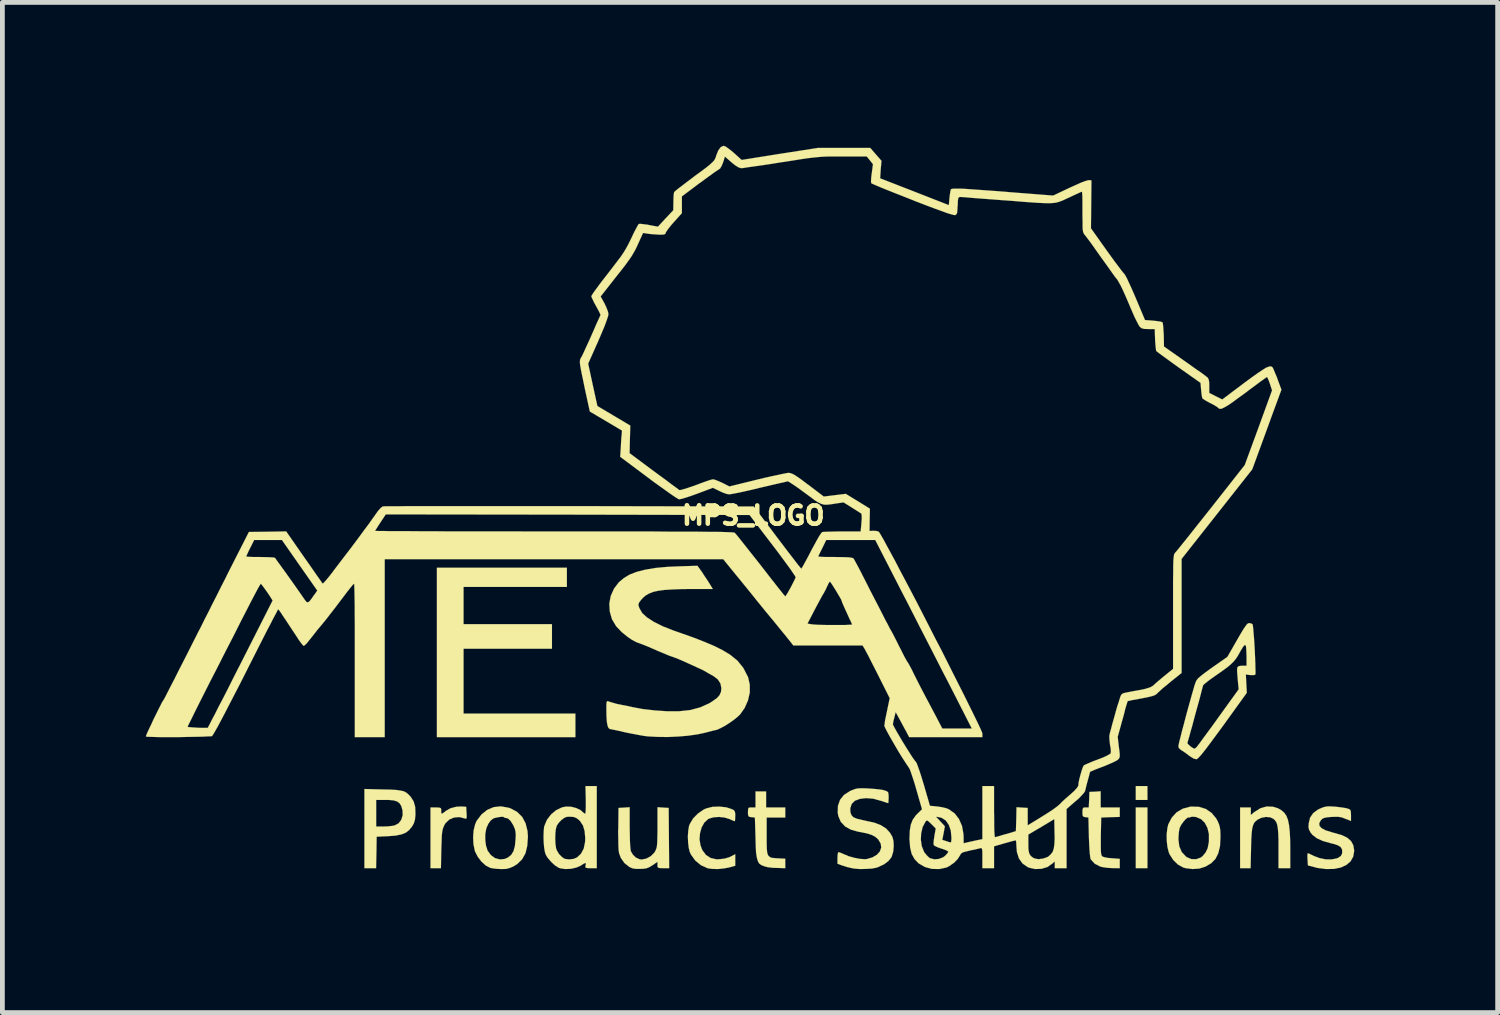
<source format=kicad_pcb>
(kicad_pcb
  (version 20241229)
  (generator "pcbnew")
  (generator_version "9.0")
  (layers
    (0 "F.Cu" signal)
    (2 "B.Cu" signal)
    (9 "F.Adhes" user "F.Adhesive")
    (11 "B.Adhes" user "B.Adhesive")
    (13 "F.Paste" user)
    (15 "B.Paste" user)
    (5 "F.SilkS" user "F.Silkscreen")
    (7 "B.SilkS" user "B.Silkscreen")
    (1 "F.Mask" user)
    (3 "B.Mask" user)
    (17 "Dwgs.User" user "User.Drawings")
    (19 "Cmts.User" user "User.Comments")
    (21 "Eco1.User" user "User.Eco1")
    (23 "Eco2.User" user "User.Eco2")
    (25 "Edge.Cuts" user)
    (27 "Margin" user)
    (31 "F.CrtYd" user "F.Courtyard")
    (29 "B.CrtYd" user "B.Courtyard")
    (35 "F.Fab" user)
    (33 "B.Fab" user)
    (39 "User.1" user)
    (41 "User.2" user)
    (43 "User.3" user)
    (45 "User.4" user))
  (footprint "MPS_LOGO"
    (layer "F.Cu")
    (at 12.704 7.73)
    (property "Reference" "MPS_LOGO" (at 0 0 0) (layer "F.SilkS") (effects (font (size 0.381 0.381) (thickness 0.127))))
    (attr through_hole)
    (fp_poly (pts (xy 8.242 5.949) (xy 7.998 5.949) (xy 7.998 5.659) (xy 8.242 5.659) (xy 8.242 5.949)) (stroke (width 0.003) (type solid)) (fill yes) (layer "F.SilkS"))
    (fp_poly (pts (xy 8.242 7.376) (xy 7.998 7.376) (xy 7.998 6.106) (xy 8.242 6.106) (xy 8.242 7.376)) (stroke (width 0.003) (type solid)) (fill yes) (layer "F.SilkS"))
    (fp_poly (pts (xy -3.721 4.636) (xy -6.617 4.636) (xy -6.617 1.092) (xy -3.899 1.092) (xy -3.899 1.494) (xy -6.06 1.494) (xy -6.06 2.273) (xy -4.211 2.273) (xy -4.211 2.786) (xy -6.06 2.786) (xy -6.06 4.143) (xy -3.721 4.143) (xy -3.721 4.636)) (stroke (width 0.003) (type solid)) (fill yes) (layer "F.SilkS"))
    (fp_poly (pts (xy -5.994 6.297) (xy -5.999 6.335) (xy -6.012 6.342) (xy -6.03 6.337) (xy -6.147 6.307) (xy -6.261 6.317) (xy -6.36 6.36) (xy -6.439 6.436) (xy -6.464 6.48) (xy -6.482 6.523) (xy -6.497 6.566) (xy -6.507 6.622) (xy -6.515 6.695) (xy -6.518 6.795) (xy -6.523 6.927) (xy -6.525 6.977) (xy -6.533 7.376) (xy -6.642 7.376) (xy -6.751 7.376) (xy -6.751 6.741) (xy -6.751 6.106) (xy -6.64 6.106) (xy -6.568 6.109) (xy -6.535 6.121) (xy -6.525 6.157) (xy -6.528 6.2) (xy -6.525 6.231) (xy -6.505 6.233) (xy -6.459 6.203) (xy -6.436 6.182) (xy -6.335 6.124) (xy -6.21 6.091) (xy -6.099 6.086) (xy -6.005 6.093) (xy -5.997 6.226) (xy -5.994 6.297)) (stroke (width 0.003) (type solid)) (fill yes) (layer "F.SilkS"))
    (fp_poly (pts (xy 11.229 7.376) (xy 11.107 7.376) (xy 10.983 7.376) (xy 10.983 6.949) (xy 10.983 6.782) (xy 10.978 6.65) (xy 10.97 6.551) (xy 10.958 6.477) (xy 10.94 6.421) (xy 10.914 6.38) (xy 10.879 6.345) (xy 10.81 6.312) (xy 10.721 6.304) (xy 10.625 6.322) (xy 10.546 6.36) (xy 10.505 6.393) (xy 10.472 6.431) (xy 10.45 6.482) (xy 10.432 6.551) (xy 10.422 6.645) (xy 10.414 6.772) (xy 10.409 6.934) (xy 10.409 6.957) (xy 10.399 7.376) (xy 10.29 7.376) (xy 10.18 7.376) (xy 10.18 6.741) (xy 10.18 6.106) (xy 10.292 6.106) (xy 10.404 6.106) (xy 10.404 6.185) (xy 10.404 6.264) (xy 10.477 6.203) (xy 10.602 6.124) (xy 10.734 6.086) (xy 10.869 6.091) (xy 10.973 6.124) (xy 11.044 6.165) (xy 11.102 6.215) (xy 11.148 6.281) (xy 11.181 6.368) (xy 11.204 6.48) (xy 11.219 6.622) (xy 11.227 6.797) (xy 11.229 6.98) (xy 11.229 7.376)) (stroke (width 0.003) (type solid)) (fill yes) (layer "F.SilkS"))
    (fp_poly (pts (xy -7.066 6.238) (xy -7.066 6.259) (xy -7.076 6.36) (xy -7.099 6.436) (xy -7.135 6.502) (xy -7.198 6.579) (xy -7.269 6.634) (xy -7.333 6.66) (xy -7.333 6.271) (xy -7.336 6.167) (xy -7.363 6.073) (xy -7.399 6.017) (xy -7.447 5.982) (xy -7.518 5.959) (xy -7.62 5.949) (xy -7.699 5.949) (xy -7.887 5.949) (xy -7.887 6.228) (xy -7.887 6.505) (xy -7.737 6.505) (xy -7.643 6.502) (xy -7.556 6.492) (xy -7.501 6.482) (xy -7.419 6.439) (xy -7.363 6.365) (xy -7.333 6.271) (xy -7.333 6.66) (xy -7.363 6.67) (xy -7.483 6.695) (xy -7.63 6.706) (xy -7.877 6.718) (xy -7.882 7.046) (xy -7.889 7.376) (xy -8.009 7.376) (xy -8.133 7.376) (xy -8.133 6.548) (xy -8.133 5.72) (xy -7.747 5.73) (xy -7.59 5.733) (xy -7.47 5.74) (xy -7.379 5.753) (xy -7.31 5.768) (xy -7.257 5.796) (xy -7.214 5.832) (xy -7.17 5.878) (xy -7.168 5.88) (xy -7.104 5.979) (xy -7.071 6.096) (xy -7.066 6.238)) (stroke (width 0.003) (type solid)) (fill yes) (layer "F.SilkS"))
    (fp_poly (pts (xy 0.668 7.376) (xy 0.518 7.371) (xy 0.427 7.369) (xy 0.343 7.361) (xy 0.292 7.353) (xy 0.221 7.333) (xy 0.165 7.31) (xy 0.122 7.277) (xy 0.094 7.226) (xy 0.074 7.155) (xy 0.058 7.059) (xy 0.051 6.929) (xy 0.046 6.761) (xy 0.046 6.741) (xy 0.033 6.317) (xy -0.038 6.309) (xy -0.084 6.302) (xy -0.104 6.284) (xy -0.112 6.238) (xy -0.112 6.203) (xy -0.109 6.142) (xy -0.099 6.114) (xy -0.066 6.106) (xy -0.033 6.106) (xy 0.046 6.106) (xy 0.046 5.939) (xy 0.046 5.771) (xy 0.155 5.771) (xy 0.267 5.771) (xy 0.267 5.939) (xy 0.267 6.106) (xy 0.467 6.106) (xy 0.668 6.106) (xy 0.668 6.21) (xy 0.668 6.317) (xy 0.472 6.317) (xy 0.279 6.317) (xy 0.279 6.701) (xy 0.279 6.853) (xy 0.282 6.967) (xy 0.29 7.051) (xy 0.307 7.104) (xy 0.338 7.137) (xy 0.378 7.158) (xy 0.439 7.165) (xy 0.513 7.17) (xy 0.668 7.178) (xy 0.668 7.277) (xy 0.668 7.376)) (stroke (width 0.003) (type solid)) (fill yes) (layer "F.SilkS"))
    (fp_poly (pts (xy 7.663 7.376) (xy 7.503 7.374) (xy 7.407 7.369) (xy 7.318 7.356) (xy 7.257 7.343) (xy 7.14 7.282) (xy 7.061 7.196) (xy 7.054 7.186) (xy 7.046 7.145) (xy 7.036 7.066) (xy 7.028 6.955) (xy 7.021 6.812) (xy 7.018 6.728) (xy 7.008 6.317) (xy 6.947 6.309) (xy 6.909 6.302) (xy 6.888 6.279) (xy 6.883 6.228) (xy 6.883 6.203) (xy 6.886 6.142) (xy 6.899 6.114) (xy 6.927 6.106) (xy 6.949 6.106) (xy 7.015 6.106) (xy 7.023 5.944) (xy 7.028 5.781) (xy 7.148 5.776) (xy 7.264 5.768) (xy 7.264 5.936) (xy 7.264 6.106) (xy 7.465 6.106) (xy 7.663 6.106) (xy 7.663 6.203) (xy 7.663 6.304) (xy 7.47 6.309) (xy 7.275 6.317) (xy 7.267 6.708) (xy 7.267 6.853) (xy 7.267 6.96) (xy 7.269 7.033) (xy 7.275 7.084) (xy 7.285 7.112) (xy 7.295 7.13) (xy 7.297 7.13) (xy 7.336 7.145) (xy 7.404 7.16) (xy 7.488 7.168) (xy 7.498 7.168) (xy 7.663 7.181) (xy 7.663 7.277) (xy 7.663 7.376)) (stroke (width 0.003) (type solid)) (fill yes) (layer "F.SilkS"))
    (fp_poly (pts (xy -1.76 7.376) (xy -1.885 7.376) (xy -1.953 7.374) (xy -1.989 7.366) (xy -2.004 7.346) (xy -2.004 7.308) (xy -2.004 7.242) (xy -2.106 7.313) (xy -2.172 7.353) (xy -2.235 7.379) (xy -2.311 7.389) (xy -2.357 7.391) (xy -2.456 7.391) (xy -2.527 7.379) (xy -2.588 7.353) (xy -2.695 7.269) (xy -2.771 7.16) (xy -2.807 7.064) (xy -2.817 7) (xy -2.822 6.899) (xy -2.824 6.764) (xy -2.827 6.604) (xy -2.824 6.54) (xy -2.819 6.116) (xy -2.703 6.109) (xy -2.586 6.101) (xy -2.586 6.52) (xy -2.583 6.66) (xy -2.581 6.787) (xy -2.576 6.896) (xy -2.568 6.975) (xy -2.563 7.018) (xy -2.522 7.089) (xy -2.459 7.153) (xy -2.383 7.188) (xy -2.337 7.196) (xy -2.238 7.176) (xy -2.144 7.125) (xy -2.07 7.051) (xy -2.052 7.021) (xy -2.035 6.985) (xy -2.022 6.947) (xy -2.014 6.896) (xy -2.009 6.83) (xy -2.007 6.739) (xy -2.004 6.614) (xy -2.004 6.518) (xy -2.004 6.101) (xy -1.887 6.109) (xy -1.77 6.116) (xy -1.765 6.746) (xy -1.76 7.376)) (stroke (width 0.003) (type solid)) (fill yes) (layer "F.SilkS"))
    (fp_poly (pts (xy -0.378 7.325) (xy -0.508 7.361) (xy -0.617 7.381) (xy -0.739 7.394) (xy -0.856 7.391) (xy -0.95 7.379) (xy -0.958 7.376) (xy -1.097 7.313) (xy -1.214 7.216) (xy -1.303 7.092) (xy -1.331 7.033) (xy -1.351 6.947) (xy -1.364 6.835) (xy -1.369 6.713) (xy -1.361 6.596) (xy -1.346 6.5) (xy -1.331 6.457) (xy -1.26 6.337) (xy -1.156 6.231) (xy -1.036 6.149) (xy -0.983 6.126) (xy -0.853 6.093) (xy -0.709 6.088) (xy -0.564 6.104) (xy -0.462 6.137) (xy -0.411 6.16) (xy -0.389 6.187) (xy -0.378 6.233) (xy -0.378 6.284) (xy -0.381 6.347) (xy -0.384 6.388) (xy -0.389 6.393) (xy -0.411 6.386) (xy -0.462 6.365) (xy -0.493 6.35) (xy -0.599 6.317) (xy -0.716 6.304) (xy -0.833 6.312) (xy -0.927 6.34) (xy -0.947 6.35) (xy -1.026 6.424) (xy -1.082 6.525) (xy -1.115 6.645) (xy -1.125 6.772) (xy -1.105 6.899) (xy -1.067 6.998) (xy -0.991 7.099) (xy -0.892 7.163) (xy -0.77 7.191) (xy -0.701 7.188) (xy -0.602 7.176) (xy -0.505 7.148) (xy -0.472 7.132) (xy -0.378 7.084) (xy -0.378 7.203) (xy -0.378 7.325)) (stroke (width 0.003) (type solid)) (fill yes) (layer "F.SilkS"))
    (fp_poly (pts (xy 9.769 6.741) (xy 9.759 6.919) (xy 9.723 7.064) (xy 9.665 7.181) (xy 9.576 7.272) (xy 9.528 7.3) (xy 9.528 6.81) (xy 9.528 6.662) (xy 9.497 6.533) (xy 9.441 6.426) (xy 9.362 6.35) (xy 9.263 6.307) (xy 9.246 6.304) (xy 9.185 6.299) (xy 9.149 6.304) (xy 9.144 6.309) (xy 9.119 6.317) (xy 9.108 6.314) (xy 9.081 6.32) (xy 9.037 6.355) (xy 8.992 6.408) (xy 8.948 6.469) (xy 8.918 6.528) (xy 8.913 6.546) (xy 8.9 6.614) (xy 8.893 6.703) (xy 8.89 6.774) (xy 8.908 6.919) (xy 8.959 7.038) (xy 9.045 7.13) (xy 9.068 7.148) (xy 9.162 7.186) (xy 9.261 7.188) (xy 9.355 7.155) (xy 9.393 7.127) (xy 9.459 7.048) (xy 9.502 6.957) (xy 9.525 6.838) (xy 9.528 6.81) (xy 9.528 7.3) (xy 9.456 7.343) (xy 9.327 7.384) (xy 9.185 7.394) (xy 9.042 7.376) (xy 8.989 7.361) (xy 8.88 7.3) (xy 8.783 7.206) (xy 8.707 7.089) (xy 8.689 7.046) (xy 8.661 6.937) (xy 8.646 6.805) (xy 8.644 6.668) (xy 8.659 6.54) (xy 8.677 6.462) (xy 8.75 6.32) (xy 8.852 6.208) (xy 8.981 6.132) (xy 9.134 6.091) (xy 9.159 6.088) (xy 9.317 6.093) (xy 9.461 6.137) (xy 9.581 6.218) (xy 9.677 6.332) (xy 9.71 6.391) (xy 9.738 6.457) (xy 9.756 6.52) (xy 9.766 6.591) (xy 9.769 6.685) (xy 9.769 6.741)) (stroke (width 0.003) (type solid)) (fill yes) (layer "F.SilkS"))
    (fp_poly (pts (xy -4.714 6.718) (xy -4.727 6.906) (xy -4.765 7.064) (xy -4.836 7.191) (xy -4.938 7.29) (xy -4.968 7.308) (xy -4.968 6.683) (xy -4.973 6.614) (xy -4.986 6.556) (xy -5.014 6.492) (xy -5.022 6.474) (xy -5.077 6.386) (xy -5.133 6.335) (xy -5.192 6.322) (xy -5.197 6.322) (xy -5.215 6.312) (xy -5.215 6.309) (xy -5.232 6.302) (xy -5.281 6.302) (xy -5.342 6.312) (xy -5.403 6.325) (xy -5.438 6.337) (xy -5.489 6.375) (xy -5.54 6.444) (xy -5.578 6.528) (xy -5.588 6.561) (xy -5.606 6.665) (xy -5.606 6.787) (xy -5.591 6.904) (xy -5.56 7) (xy -5.558 7.008) (xy -5.489 7.102) (xy -5.403 7.165) (xy -5.301 7.193) (xy -5.199 7.183) (xy -5.131 7.153) (xy -5.062 7.097) (xy -5.016 7.021) (xy -4.986 6.914) (xy -4.973 6.779) (xy -4.968 6.683) (xy -4.968 7.308) (xy -5.011 7.336) (xy -5.093 7.371) (xy -5.166 7.391) (xy -5.258 7.394) (xy -5.278 7.394) (xy -5.37 7.389) (xy -5.453 7.379) (xy -5.502 7.369) (xy -5.596 7.32) (xy -5.685 7.239) (xy -5.763 7.137) (xy -5.819 7.028) (xy -5.824 7.01) (xy -5.852 6.878) (xy -5.86 6.734) (xy -5.85 6.591) (xy -5.819 6.464) (xy -5.789 6.391) (xy -5.685 6.253) (xy -5.565 6.157) (xy -5.428 6.099) (xy -5.281 6.083) (xy -5.121 6.111) (xy -5.075 6.126) (xy -4.938 6.2) (xy -4.834 6.304) (xy -4.763 6.436) (xy -4.722 6.601) (xy -4.714 6.718)) (stroke (width 0.003) (type solid)) (fill yes) (layer "F.SilkS"))
    (fp_poly (pts (xy 12.565 7.018) (xy 12.545 7.135) (xy 12.489 7.234) (xy 12.4 7.31) (xy 12.283 7.363) (xy 12.141 7.391) (xy 11.979 7.394) (xy 11.798 7.371) (xy 11.742 7.356) (xy 11.598 7.318) (xy 11.59 7.191) (xy 11.587 7.122) (xy 11.59 7.076) (xy 11.595 7.064) (xy 11.62 7.071) (xy 11.674 7.097) (xy 11.725 7.122) (xy 11.841 7.165) (xy 11.966 7.191) (xy 12.09 7.193) (xy 12.195 7.173) (xy 12.23 7.16) (xy 12.286 7.122) (xy 12.311 7.074) (xy 12.316 7.043) (xy 12.311 6.982) (xy 12.283 6.934) (xy 12.222 6.896) (xy 12.126 6.866) (xy 12.073 6.853) (xy 11.91 6.807) (xy 11.783 6.749) (xy 11.694 6.68) (xy 11.656 6.634) (xy 11.623 6.574) (xy 11.61 6.518) (xy 11.615 6.441) (xy 11.615 6.439) (xy 11.643 6.32) (xy 11.707 6.226) (xy 11.806 6.152) (xy 11.847 6.132) (xy 11.915 6.104) (xy 11.974 6.088) (xy 12.042 6.083) (xy 12.134 6.088) (xy 12.149 6.088) (xy 12.248 6.099) (xy 12.339 6.111) (xy 12.408 6.124) (xy 12.416 6.126) (xy 12.464 6.142) (xy 12.489 6.165) (xy 12.497 6.203) (xy 12.499 6.271) (xy 12.499 6.388) (xy 12.38 6.342) (xy 12.306 6.314) (xy 12.238 6.302) (xy 12.154 6.302) (xy 12.088 6.304) (xy 11.996 6.312) (xy 11.938 6.325) (xy 11.9 6.342) (xy 11.872 6.368) (xy 11.836 6.431) (xy 11.839 6.49) (xy 11.882 6.538) (xy 11.966 6.584) (xy 12.093 6.624) (xy 12.151 6.64) (xy 12.309 6.685) (xy 12.423 6.741) (xy 12.502 6.812) (xy 12.548 6.899) (xy 12.565 7.003) (xy 12.565 7.018)) (stroke (width 0.003) (type solid)) (fill yes) (layer "F.SilkS"))
    (fp_poly (pts (xy -3.274 7.376) (xy -3.399 7.376) (xy -3.467 7.374) (xy -3.503 7.366) (xy -3.513 7.351) (xy -3.508 7.318) (xy -3.5 7.28) (xy -3.51 7.267) (xy -3.515 7.269) (xy -3.515 6.744) (xy -3.528 6.599) (xy -3.561 6.487) (xy -3.622 6.393) (xy -3.65 6.365) (xy -3.703 6.325) (xy -3.762 6.304) (xy -3.846 6.299) (xy -3.901 6.302) (xy -3.952 6.322) (xy -4.013 6.368) (xy -4.072 6.429) (xy -4.11 6.487) (xy -4.13 6.556) (xy -4.14 6.652) (xy -4.143 6.761) (xy -4.138 6.868) (xy -4.125 6.96) (xy -4.112 6.998) (xy -4.067 7.076) (xy -4.003 7.142) (xy -3.945 7.181) (xy -3.853 7.193) (xy -3.754 7.181) (xy -3.686 7.15) (xy -3.604 7.074) (xy -3.546 6.965) (xy -3.518 6.825) (xy -3.515 6.744) (xy -3.515 7.269) (xy -3.543 7.28) (xy -3.604 7.318) (xy -3.609 7.323) (xy -3.701 7.363) (xy -3.815 7.389) (xy -3.932 7.394) (xy -4.036 7.379) (xy -4.072 7.366) (xy -4.148 7.318) (xy -4.227 7.244) (xy -4.3 7.16) (xy -4.338 7.099) (xy -4.359 7.038) (xy -4.374 6.947) (xy -4.384 6.835) (xy -4.387 6.718) (xy -4.384 6.609) (xy -4.376 6.518) (xy -4.369 6.492) (xy -4.315 6.363) (xy -4.229 6.251) (xy -4.122 6.162) (xy -4 6.104) (xy -3.919 6.088) (xy -3.81 6.091) (xy -3.703 6.119) (xy -3.612 6.162) (xy -3.576 6.195) (xy -3.538 6.228) (xy -3.515 6.238) (xy -3.51 6.218) (xy -3.505 6.16) (xy -3.503 6.076) (xy -3.503 5.969) (xy -3.503 5.949) (xy -3.51 5.659) (xy -3.393 5.659) (xy -3.274 5.659) (xy -3.274 6.518) (xy -3.274 7.376)) (stroke (width 0.003) (type solid)) (fill yes) (layer "F.SilkS"))
    (fp_poly (pts (xy 2.936 6.916) (xy 2.926 7.028) (xy 2.896 7.127) (xy 2.888 7.148) (xy 2.827 7.224) (xy 2.733 7.295) (xy 2.614 7.351) (xy 2.573 7.366) (xy 2.479 7.384) (xy 2.36 7.391) (xy 2.23 7.394) (xy 2.108 7.384) (xy 2.04 7.371) (xy 1.958 7.351) (xy 1.872 7.323) (xy 1.854 7.318) (xy 1.76 7.282) (xy 1.76 7.16) (xy 1.763 7.092) (xy 1.773 7.048) (xy 1.783 7.041) (xy 1.816 7.051) (xy 1.872 7.074) (xy 1.89 7.082) (xy 1.991 7.125) (xy 2.108 7.158) (xy 2.225 7.181) (xy 2.327 7.188) (xy 2.37 7.186) (xy 2.492 7.15) (xy 2.586 7.094) (xy 2.647 7.026) (xy 2.675 6.944) (xy 2.664 6.861) (xy 2.614 6.777) (xy 2.598 6.761) (xy 2.545 6.716) (xy 2.474 6.68) (xy 2.383 6.65) (xy 2.258 6.624) (xy 2.197 6.614) (xy 2.042 6.571) (xy 1.918 6.502) (xy 1.829 6.406) (xy 1.778 6.287) (xy 1.765 6.215) (xy 1.77 6.071) (xy 1.814 5.946) (xy 1.895 5.845) (xy 2.017 5.766) (xy 2.032 5.758) (xy 2.095 5.733) (xy 2.146 5.715) (xy 2.202 5.707) (xy 2.273 5.705) (xy 2.37 5.707) (xy 2.416 5.71) (xy 2.525 5.718) (xy 2.626 5.728) (xy 2.708 5.74) (xy 2.746 5.751) (xy 2.794 5.768) (xy 2.819 5.791) (xy 2.827 5.829) (xy 2.83 5.895) (xy 2.827 5.961) (xy 2.824 6.007) (xy 2.822 6.015) (xy 2.799 6.01) (xy 2.746 5.992) (xy 2.687 5.972) (xy 2.51 5.923) (xy 2.357 5.911) (xy 2.23 5.926) (xy 2.123 5.966) (xy 2.057 6.032) (xy 2.029 6.119) (xy 2.027 6.142) (xy 2.032 6.215) (xy 2.055 6.271) (xy 2.095 6.312) (xy 2.167 6.342) (xy 2.273 6.368) (xy 2.355 6.386) (xy 2.53 6.424) (xy 2.667 6.477) (xy 2.776 6.546) (xy 2.857 6.634) (xy 2.908 6.721) (xy 2.931 6.807) (xy 2.936 6.916)) (stroke (width 0.003) (type solid)) (fill yes) (layer "F.SilkS"))
    (fp_poly (pts (xy 10.503 3.279) (xy 10.5 3.322) (xy 10.498 3.327) (xy 10.472 3.338) (xy 10.417 3.338) (xy 10.394 3.338) (xy 10.315 3.327) (xy 10.315 3.142) (xy 10.315 2.946) (xy 10.31 2.824) (xy 10.305 2.748) (xy 10.292 2.71) (xy 10.269 2.713) (xy 10.236 2.756) (xy 10.188 2.835) (xy 10.173 2.863) (xy 10.13 2.939) (xy 10.089 3) (xy 10.046 3.053) (xy 9.992 3.106) (xy 9.924 3.165) (xy 9.832 3.233) (xy 9.716 3.315) (xy 9.629 3.376) (xy 9.543 3.437) (xy 9.472 3.493) (xy 9.423 3.533) (xy 9.403 3.559) (xy 9.398 3.584) (xy 9.38 3.647) (xy 9.357 3.739) (xy 9.327 3.853) (xy 9.291 3.983) (xy 9.253 4.12) (xy 9.215 4.26) (xy 9.18 4.394) (xy 9.144 4.519) (xy 9.116 4.623) (xy 9.093 4.702) (xy 9.081 4.747) (xy 9.075 4.755) (xy 9.088 4.778) (xy 9.124 4.813) (xy 9.169 4.849) (xy 9.213 4.874) (xy 9.225 4.877) (xy 9.248 4.864) (xy 9.276 4.839) (xy 9.296 4.811) (xy 9.342 4.752) (xy 9.403 4.666) (xy 9.482 4.559) (xy 9.576 4.432) (xy 9.675 4.295) (xy 9.731 4.216) (xy 10.15 3.635) (xy 10.13 3.424) (xy 10.122 3.327) (xy 10.117 3.246) (xy 10.119 3.193) (xy 10.122 3.178) (xy 10.152 3.15) (xy 10.218 3.142) (xy 10.226 3.142) (xy 10.315 3.142) (xy 10.315 3.327) (xy 10.3 3.325) (xy 10.31 3.518) (xy 10.32 3.708) (xy 9.82 4.402) (xy 9.685 4.585) (xy 9.573 4.737) (xy 9.484 4.856) (xy 9.411 4.95) (xy 9.357 5.016) (xy 9.314 5.062) (xy 9.286 5.088) (xy 9.266 5.098) (xy 9.207 5.083) (xy 9.129 5.034) (xy 9.101 5.014) (xy 9.035 4.963) (xy 8.974 4.923) (xy 8.941 4.902) (xy 8.898 4.862) (xy 8.89 4.826) (xy 8.895 4.793) (xy 8.91 4.724) (xy 8.936 4.625) (xy 8.966 4.503) (xy 9.004 4.364) (xy 9.042 4.216) (xy 9.083 4.064) (xy 9.124 3.917) (xy 9.162 3.78) (xy 9.197 3.658) (xy 9.225 3.561) (xy 9.248 3.493) (xy 9.253 3.48) (xy 9.271 3.444) (xy 9.301 3.406) (xy 9.355 3.36) (xy 9.434 3.297) (xy 9.543 3.218) (xy 9.596 3.18) (xy 9.914 2.957) (xy 10.117 2.603) (xy 10.19 2.477) (xy 10.246 2.383) (xy 10.29 2.319) (xy 10.32 2.278) (xy 10.345 2.258) (xy 10.368 2.25) (xy 10.371 2.25) (xy 10.419 2.261) (xy 10.442 2.278) (xy 10.447 2.306) (xy 10.455 2.372) (xy 10.462 2.469) (xy 10.472 2.583) (xy 10.48 2.713) (xy 10.488 2.845) (xy 10.493 2.977) (xy 10.498 3.099) (xy 10.5 3.2) (xy 10.503 3.279)) (stroke (width 0.003) (type solid)) (fill yes) (layer "F.SilkS"))
    (fp_poly (pts (xy -0.074 3.538) (xy -0.074 3.703) (xy -0.112 3.868) (xy -0.18 4.023) (xy -0.277 4.161) (xy -0.33 4.211) (xy -0.409 4.275) (xy -0.503 4.341) (xy -0.599 4.402) (xy -0.691 4.45) (xy -0.759 4.481) (xy -0.78 4.486) (xy -0.828 4.496) (xy -0.904 4.516) (xy -0.993 4.539) (xy -1.003 4.542) (xy -1.166 4.577) (xy -1.361 4.605) (xy -1.575 4.623) (xy -1.793 4.633) (xy -2.007 4.63) (xy -2.2 4.62) (xy -2.283 4.61) (xy -2.36 4.597) (xy -2.466 4.577) (xy -2.586 4.554) (xy -2.685 4.534) (xy -2.791 4.508) (xy -2.888 4.488) (xy -2.959 4.473) (xy -3 4.465) (xy -3.028 4.445) (xy -3.048 4.397) (xy -3.063 4.315) (xy -3.071 4.196) (xy -3.073 4.046) (xy -3.073 3.957) (xy -3.068 3.907) (xy -3.058 3.884) (xy -3.043 3.884) (xy -2.99 3.901) (xy -2.913 3.924) (xy -2.837 3.945) (xy -2.779 3.955) (xy -2.774 3.957) (xy -2.733 3.965) (xy -2.662 3.978) (xy -2.57 3.998) (xy -2.527 4.008) (xy -2.306 4.049) (xy -2.06 4.077) (xy -1.811 4.094) (xy -1.58 4.094) (xy -1.549 4.094) (xy -1.318 4.069) (xy -1.11 4.013) (xy -0.919 3.927) (xy -0.856 3.886) (xy -0.762 3.82) (xy -0.706 3.757) (xy -0.676 3.688) (xy -0.668 3.609) (xy -0.688 3.513) (xy -0.744 3.426) (xy -0.841 3.353) (xy -0.884 3.33) (xy -0.94 3.299) (xy -0.975 3.279) (xy -0.98 3.274) (xy -1.008 3.259) (xy -1.069 3.226) (xy -1.153 3.188) (xy -1.252 3.142) (xy -1.359 3.094) (xy -1.466 3.045) (xy -1.56 3.005) (xy -1.638 2.974) (xy -1.681 2.959) (xy -1.76 2.931) (xy -1.862 2.888) (xy -1.974 2.842) (xy -2.027 2.819) (xy -2.129 2.774) (xy -2.23 2.731) (xy -2.316 2.697) (xy -2.349 2.685) (xy -2.446 2.649) (xy -2.537 2.601) (xy -2.634 2.535) (xy -2.746 2.443) (xy -2.748 2.443) (xy -2.87 2.314) (xy -2.957 2.167) (xy -3.002 2.009) (xy -3.012 1.847) (xy -2.982 1.684) (xy -2.913 1.529) (xy -2.812 1.397) (xy -2.71 1.311) (xy -2.588 1.237) (xy -2.438 1.179) (xy -2.258 1.133) (xy -2.042 1.097) (xy -1.791 1.074) (xy -1.504 1.062) (xy -1.168 1.052) (xy -1.079 1.176) (xy -1.021 1.265) (xy -0.958 1.359) (xy -0.919 1.42) (xy -0.848 1.537) (xy -1.265 1.537) (xy -1.501 1.539) (xy -1.697 1.547) (xy -1.859 1.557) (xy -1.991 1.575) (xy -2.095 1.598) (xy -2.182 1.633) (xy -2.253 1.674) (xy -2.311 1.725) (xy -2.347 1.765) (xy -2.388 1.819) (xy -2.403 1.857) (xy -2.398 1.897) (xy -2.38 1.943) (xy -2.324 2.04) (xy -2.225 2.131) (xy -2.08 2.225) (xy -1.892 2.319) (xy -1.659 2.41) (xy -1.483 2.471) (xy -1.247 2.555) (xy -1.024 2.642) (xy -0.82 2.728) (xy -0.648 2.814) (xy -0.511 2.896) (xy -0.49 2.908) (xy -0.33 3.038) (xy -0.208 3.19) (xy -0.117 3.368) (xy -0.109 3.383) (xy -0.074 3.538)) (stroke (width 0.003) (type solid)) (fill yes) (layer "F.SilkS"))
    (fp_poly (pts (xy 11.044 -2.631) (xy 10.848 -2.098) (xy 10.848 -2.616) (xy 10.803 -2.756) (xy 10.777 -2.827) (xy 10.754 -2.878) (xy 10.742 -2.896) (xy 10.721 -2.883) (xy 10.671 -2.847) (xy 10.592 -2.791) (xy 10.495 -2.718) (xy 10.381 -2.634) (xy 10.284 -2.56) (xy 10.13 -2.449) (xy 10.01 -2.36) (xy 9.914 -2.296) (xy 9.842 -2.256) (xy 9.792 -2.233) (xy 9.756 -2.23) (xy 9.733 -2.24) (xy 9.723 -2.25) (xy 9.698 -2.271) (xy 9.644 -2.304) (xy 9.571 -2.344) (xy 9.558 -2.349) (xy 9.482 -2.39) (xy 9.423 -2.426) (xy 9.393 -2.449) (xy 9.39 -2.451) (xy 9.383 -2.482) (xy 9.373 -2.545) (xy 9.365 -2.624) (xy 9.352 -2.774) (xy 8.895 -3.096) (xy 8.771 -3.185) (xy 8.656 -3.269) (xy 8.56 -3.338) (xy 8.486 -3.393) (xy 8.44 -3.429) (xy 8.425 -3.442) (xy 8.42 -3.472) (xy 8.412 -3.538) (xy 8.405 -3.625) (xy 8.402 -3.68) (xy 8.395 -3.899) (xy 8.263 -3.899) (xy 8.179 -3.901) (xy 8.125 -3.914) (xy 8.085 -3.942) (xy 8.08 -3.95) (xy 8.057 -3.985) (xy 8.021 -4.054) (xy 7.973 -4.15) (xy 7.922 -4.267) (xy 7.866 -4.397) (xy 7.856 -4.422) (xy 7.795 -4.564) (xy 7.737 -4.694) (xy 7.684 -4.806) (xy 7.638 -4.887) (xy 7.61 -4.935) (xy 7.574 -4.978) (xy 7.518 -5.055) (xy 7.45 -5.151) (xy 7.369 -5.265) (xy 7.282 -5.385) (xy 7.262 -5.413) (xy 7.178 -5.532) (xy 7.099 -5.644) (xy 7.031 -5.738) (xy 6.977 -5.809) (xy 6.942 -5.855) (xy 6.937 -5.86) (xy 6.919 -5.883) (xy 6.906 -5.905) (xy 6.896 -5.936) (xy 6.888 -5.984) (xy 6.886 -6.053) (xy 6.886 -6.149) (xy 6.883 -6.281) (xy 6.883 -6.345) (xy 6.883 -6.477) (xy 6.883 -6.594) (xy 6.881 -6.685) (xy 6.876 -6.749) (xy 6.873 -6.772) (xy 6.85 -6.764) (xy 6.795 -6.739) (xy 6.716 -6.703) (xy 6.619 -6.657) (xy 6.604 -6.65) (xy 6.535 -6.619) (xy 6.477 -6.591) (xy 6.424 -6.571) (xy 6.373 -6.553) (xy 6.314 -6.54) (xy 6.248 -6.533) (xy 6.17 -6.53) (xy 6.073 -6.533) (xy 5.956 -6.538) (xy 5.809 -6.548) (xy 5.631 -6.561) (xy 5.42 -6.579) (xy 5.202 -6.594) (xy 5.011 -6.609) (xy 4.834 -6.622) (xy 4.674 -6.634) (xy 4.536 -6.645) (xy 4.43 -6.655) (xy 4.356 -6.66) (xy 4.318 -6.66) (xy 4.298 -6.655) (xy 4.285 -6.632) (xy 4.277 -6.579) (xy 4.275 -6.492) (xy 4.272 -6.48) (xy 4.267 -6.388) (xy 4.262 -6.332) (xy 4.249 -6.302) (xy 4.227 -6.284) (xy 4.221 -6.281) (xy 4.194 -6.284) (xy 4.143 -6.297) (xy 4.059 -6.322) (xy 3.947 -6.363) (xy 3.8 -6.416) (xy 3.617 -6.485) (xy 3.393 -6.571) (xy 3.332 -6.596) (xy 3.15 -6.668) (xy 2.977 -6.736) (xy 2.824 -6.797) (xy 2.692 -6.85) (xy 2.588 -6.894) (xy 2.512 -6.927) (xy 2.474 -6.944) (xy 2.469 -6.947) (xy 2.461 -6.977) (xy 2.464 -7.046) (xy 2.474 -7.14) (xy 2.477 -7.155) (xy 2.502 -7.346) (xy 2.438 -7.427) (xy 2.372 -7.508) (xy 1.864 -7.508) (xy 1.727 -7.508) (xy 1.613 -7.508) (xy 1.516 -7.506) (xy 1.422 -7.501) (xy 1.333 -7.493) (xy 1.234 -7.483) (xy 1.125 -7.47) (xy 0.993 -7.45) (xy 0.831 -7.424) (xy 0.638 -7.394) (xy 0.579 -7.386) (xy 0.396 -7.356) (xy 0.226 -7.33) (xy 0.071 -7.308) (xy -0.058 -7.29) (xy -0.16 -7.275) (xy -0.229 -7.264) (xy -0.257 -7.264) (xy -0.31 -7.28) (xy -0.386 -7.328) (xy -0.455 -7.384) (xy -0.594 -7.506) (xy -0.632 -7.384) (xy -0.663 -7.31) (xy -0.693 -7.259) (xy -0.711 -7.244) (xy -0.739 -7.226) (xy -0.798 -7.188) (xy -0.881 -7.127) (xy -0.98 -7.056) (xy -1.092 -6.972) (xy -1.123 -6.952) (xy -1.494 -6.673) (xy -1.494 -6.497) (xy -1.494 -6.322) (xy -1.659 -6.139) (xy -1.725 -6.063) (xy -1.781 -5.992) (xy -1.819 -5.939) (xy -1.831 -5.916) (xy -1.841 -5.888) (xy -1.875 -5.875) (xy -1.935 -5.872) (xy -1.951 -5.872) (xy -2.042 -5.878) (xy -2.144 -5.885) (xy -2.184 -5.89) (xy -2.306 -5.908) (xy -2.416 -5.667) (xy -2.456 -5.58) (xy -2.499 -5.502) (xy -2.545 -5.423) (xy -2.603 -5.339) (xy -2.677 -5.237) (xy -2.771 -5.116) (xy -2.86 -5.004) (xy -3.193 -4.58) (xy -3.111 -4.432) (xy -3.068 -4.338) (xy -3.038 -4.257) (xy -3.03 -4.206) (xy -3.04 -4.161) (xy -3.068 -4.077) (xy -3.111 -3.96) (xy -3.172 -3.815) (xy -3.241 -3.653) (xy -3.454 -3.175) (xy -3.358 -2.731) (xy -3.261 -2.289) (xy -2.918 -2.085) (xy -2.573 -1.88) (xy -2.581 -1.593) (xy -2.588 -1.303) (xy -2.08 -0.925) (xy -1.948 -0.828) (xy -1.826 -0.739) (xy -1.722 -0.66) (xy -1.636 -0.597) (xy -1.577 -0.554) (xy -1.549 -0.531) (xy -1.547 -0.531) (xy -1.519 -0.533) (xy -1.458 -0.549) (xy -1.369 -0.577) (xy -1.265 -0.612) (xy -1.201 -0.635) (xy -1.087 -0.678) (xy -0.986 -0.714) (xy -0.904 -0.742) (xy -0.853 -0.754) (xy -0.841 -0.757) (xy -0.803 -0.747) (xy -0.737 -0.721) (xy -0.66 -0.688) (xy -0.65 -0.683) (xy -0.5 -0.607) (xy 0.079 -0.749) (xy 0.236 -0.787) (xy 0.384 -0.82) (xy 0.516 -0.848) (xy 0.622 -0.871) (xy 0.699 -0.886) (xy 0.737 -0.892) (xy 0.772 -0.886) (xy 0.81 -0.874) (xy 0.861 -0.848) (xy 0.927 -0.805) (xy 1.016 -0.742) (xy 1.133 -0.653) (xy 1.146 -0.645) (xy 1.473 -0.396) (xy 1.704 -0.424) (xy 1.933 -0.452) (xy 2.187 -0.297) (xy 2.438 -0.142) (xy 2.433 0.091) (xy 2.431 0.325) (xy 2.499 0.32) (xy 2.565 0.323) (xy 2.616 0.335) (xy 2.637 0.358) (xy 2.672 0.417) (xy 2.725 0.508) (xy 2.791 0.632) (xy 2.873 0.782) (xy 2.967 0.955) (xy 3.068 1.151) (xy 3.18 1.361) (xy 3.299 1.587) (xy 3.424 1.826) (xy 3.551 2.073) (xy 3.678 2.322) (xy 3.807 2.576) (xy 3.937 2.824) (xy 4.061 3.071) (xy 4.181 3.31) (xy 4.295 3.536) (xy 4.402 3.747) (xy 4.498 3.942) (xy 4.585 4.117) (xy 4.658 4.267) (xy 4.717 4.389) (xy 4.76 4.483) (xy 4.785 4.542) (xy 4.79 4.562) (xy 4.79 4.636) (xy 4.569 4.636) (xy 4.569 4.455) (xy 4.163 3.658) (xy 4.072 3.48) (xy 3.962 3.269) (xy 3.843 3.035) (xy 3.713 2.781) (xy 3.579 2.52) (xy 3.442 2.253) (xy 3.31 1.994) (xy 3.183 1.745) (xy 3.152 1.687) (xy 2.55 0.513) (xy 2.037 0.513) (xy 1.524 0.513) (xy 1.443 0.681) (xy 1.405 0.757) (xy 1.374 0.82) (xy 1.359 0.853) (xy 1.359 0.859) (xy 1.379 0.861) (xy 1.438 0.866) (xy 1.527 0.869) (xy 1.636 0.869) (xy 1.714 0.869) (xy 1.864 0.871) (xy 1.971 0.874) (xy 2.045 0.881) (xy 2.083 0.892) (xy 2.093 0.897) (xy 2.111 0.925) (xy 2.144 0.986) (xy 2.192 1.074) (xy 2.248 1.181) (xy 2.311 1.306) (xy 2.327 1.336) (xy 2.446 1.572) (xy 2.55 1.773) (xy 2.637 1.941) (xy 2.708 2.08) (xy 2.766 2.195) (xy 2.817 2.289) (xy 2.855 2.365) (xy 2.891 2.426) (xy 2.934 2.507) (xy 2.987 2.611) (xy 3.045 2.728) (xy 3.091 2.817) (xy 3.139 2.913) (xy 3.18 2.992) (xy 3.213 3.048) (xy 3.228 3.073) (xy 3.231 3.073) (xy 3.246 3.099) (xy 3.277 3.155) (xy 3.317 3.231) (xy 3.36 3.32) (xy 3.419 3.437) (xy 3.482 3.561) (xy 3.541 3.675) (xy 3.571 3.731) (xy 3.619 3.823) (xy 3.68 3.937) (xy 3.747 4.064) (xy 3.81 4.183) (xy 3.952 4.455) (xy 4.262 4.455) (xy 4.569 4.455) (xy 4.569 4.636) (xy 4.026 4.636) (xy 3.259 4.636) (xy 3.198 4.519) (xy 3.152 4.435) (xy 3.099 4.336) (xy 3.056 4.257) (xy 2.977 4.112) (xy 2.949 4.224) (xy 2.931 4.293) (xy 2.921 4.351) (xy 2.918 4.369) (xy 2.931 4.397) (xy 2.962 4.455) (xy 3.007 4.536) (xy 3.066 4.636) (xy 3.129 4.742) (xy 3.195 4.849) (xy 3.259 4.95) (xy 3.317 5.042) (xy 3.363 5.108) (xy 3.396 5.151) (xy 3.404 5.159) (xy 3.419 5.187) (xy 3.442 5.25) (xy 3.475 5.342) (xy 3.513 5.458) (xy 3.553 5.591) (xy 3.564 5.626) (xy 3.693 6.071) (xy 3.848 6.086) (xy 3.947 6.101) (xy 4.041 6.124) (xy 4.092 6.147) (xy 4.211 6.231) (xy 4.3 6.347) (xy 4.364 6.492) (xy 4.394 6.66) (xy 4.397 6.716) (xy 4.399 6.855) (xy 4.468 6.838) (xy 4.526 6.825) (xy 4.608 6.807) (xy 4.661 6.795) (xy 4.79 6.769) (xy 4.79 6.215) (xy 4.79 5.659) (xy 4.912 5.659) (xy 5.034 5.659) (xy 5.034 6.195) (xy 5.037 6.342) (xy 5.037 6.477) (xy 5.039 6.586) (xy 5.044 6.67) (xy 5.05 6.718) (xy 5.052 6.728) (xy 5.08 6.721) (xy 5.138 6.706) (xy 5.222 6.68) (xy 5.281 6.665) (xy 5.491 6.601) (xy 5.499 6.35) (xy 5.504 6.101) (xy 5.621 6.109) (xy 5.738 6.116) (xy 5.738 6.299) (xy 5.738 6.48) (xy 5.814 6.434) (xy 5.997 6.322) (xy 6.142 6.231) (xy 6.256 6.157) (xy 6.34 6.096) (xy 6.396 6.05) (xy 6.429 6.017) (xy 6.431 6.015) (xy 6.457 5.987) (xy 6.51 5.939) (xy 6.579 5.878) (xy 6.627 5.837) (xy 6.711 5.761) (xy 6.769 5.697) (xy 6.795 5.654) (xy 6.797 5.649) (xy 6.802 5.588) (xy 6.82 5.504) (xy 6.843 5.418) (xy 6.868 5.331) (xy 6.891 5.265) (xy 6.911 5.227) (xy 6.914 5.225) (xy 6.949 5.207) (xy 7.015 5.179) (xy 7.104 5.141) (xy 7.206 5.103) (xy 7.305 5.065) (xy 7.389 5.027) (xy 7.447 4.994) (xy 7.473 4.976) (xy 7.473 4.973) (xy 7.478 4.935) (xy 7.473 4.869) (xy 7.46 4.798) (xy 7.45 4.714) (xy 7.445 4.638) (xy 7.447 4.595) (xy 7.46 4.539) (xy 7.483 4.455) (xy 7.511 4.348) (xy 7.544 4.232) (xy 7.577 4.112) (xy 7.61 3.995) (xy 7.643 3.896) (xy 7.666 3.82) (xy 7.681 3.774) (xy 7.684 3.769) (xy 7.696 3.749) (xy 7.709 3.734) (xy 7.732 3.721) (xy 7.772 3.708) (xy 7.836 3.696) (xy 7.927 3.678) (xy 8.057 3.655) (xy 8.059 3.655) (xy 8.174 3.632) (xy 8.255 3.609) (xy 8.311 3.589) (xy 8.352 3.564) (xy 8.372 3.548) (xy 8.415 3.508) (xy 8.484 3.449) (xy 8.565 3.381) (xy 8.606 3.348) (xy 8.778 3.208) (xy 8.778 2.017) (xy 8.778 1.755) (xy 8.778 1.534) (xy 8.778 1.354) (xy 8.781 1.204) (xy 8.781 1.085) (xy 8.783 0.993) (xy 8.786 0.922) (xy 8.791 0.871) (xy 8.796 0.836) (xy 8.801 0.81) (xy 8.809 0.795) (xy 8.819 0.782) (xy 8.821 0.78) (xy 8.844 0.754) (xy 8.89 0.699) (xy 8.959 0.612) (xy 9.047 0.503) (xy 9.152 0.371) (xy 9.268 0.224) (xy 9.398 0.061) (xy 9.535 -0.112) (xy 9.571 -0.157) (xy 10.277 -1.054) (xy 10.564 -1.836) (xy 10.848 -2.616) (xy 10.848 -2.098) (xy 10.739 -1.798) (xy 10.434 -0.965) (xy 9.695 -0.028) (xy 8.956 0.909) (xy 8.956 2.103) (xy 8.956 3.294) (xy 8.727 3.477) (xy 8.639 3.551) (xy 8.555 3.619) (xy 8.491 3.678) (xy 8.453 3.713) (xy 8.451 3.716) (xy 8.425 3.741) (xy 8.387 3.762) (xy 8.331 3.78) (xy 8.247 3.8) (xy 8.131 3.823) (xy 8.118 3.825) (xy 8.014 3.846) (xy 7.922 3.861) (xy 7.859 3.876) (xy 7.831 3.881) (xy 7.828 3.884) (xy 7.821 3.907) (xy 7.803 3.962) (xy 7.777 4.051) (xy 7.75 4.161) (xy 7.722 4.26) (xy 7.62 4.63) (xy 7.645 4.844) (xy 7.658 4.943) (xy 7.663 5.009) (xy 7.661 5.05) (xy 7.65 5.077) (xy 7.63 5.1) (xy 7.63 5.103) (xy 7.592 5.128) (xy 7.521 5.164) (xy 7.429 5.204) (xy 7.325 5.248) (xy 7.318 5.25) (xy 7.216 5.288) (xy 7.132 5.321) (xy 7.074 5.347) (xy 7.046 5.357) (xy 7.036 5.382) (xy 7.021 5.443) (xy 6.995 5.535) (xy 6.965 5.649) (xy 6.937 5.766) (xy 6.914 5.801) (xy 6.866 5.855) (xy 6.8 5.923) (xy 6.736 5.977) (xy 6.551 6.139) (xy 6.551 6.756) (xy 6.551 7.376) (xy 6.429 7.376) (xy 6.304 7.376) (xy 6.304 7.305) (xy 6.304 7.234) (xy 6.302 7.236) (xy 6.302 6.744) (xy 6.299 6.64) (xy 6.294 6.35) (xy 6.022 6.513) (xy 5.751 6.673) (xy 5.751 6.863) (xy 5.753 6.98) (xy 5.768 7.064) (xy 5.801 7.12) (xy 5.852 7.158) (xy 5.883 7.173) (xy 5.961 7.188) (xy 6.058 7.176) (xy 6.147 7.145) (xy 6.172 7.13) (xy 6.223 7.084) (xy 6.261 7.033) (xy 6.284 6.962) (xy 6.297 6.868) (xy 6.302 6.744) (xy 6.302 7.236) (xy 6.253 7.28) (xy 6.152 7.351) (xy 6.025 7.389) (xy 5.893 7.394) (xy 5.768 7.366) (xy 5.738 7.353) (xy 5.629 7.277) (xy 5.555 7.173) (xy 5.512 7.038) (xy 5.502 6.914) (xy 5.499 6.848) (xy 5.494 6.805) (xy 5.486 6.795) (xy 5.458 6.8) (xy 5.397 6.815) (xy 5.316 6.838) (xy 5.253 6.855) (xy 5.034 6.919) (xy 5.034 7.148) (xy 5.034 7.376) (xy 4.912 7.376) (xy 4.79 7.376) (xy 4.79 7.16) (xy 4.79 7.061) (xy 4.788 7) (xy 4.78 6.967) (xy 4.768 6.955) (xy 4.747 6.957) (xy 4.74 6.96) (xy 4.696 6.97) (xy 4.623 6.988) (xy 4.534 7.005) (xy 4.519 7.01) (xy 4.43 7.031) (xy 4.376 7.048) (xy 4.343 7.071) (xy 4.326 7.102) (xy 4.323 7.107) (xy 4.272 7.186) (xy 4.196 7.264) (xy 4.143 7.3) (xy 4.143 6.734) (xy 4.13 6.591) (xy 4.089 6.472) (xy 4.026 6.38) (xy 3.942 6.325) (xy 3.899 6.312) (xy 3.82 6.299) (xy 3.912 6.398) (xy 4.006 6.5) (xy 3.98 6.642) (xy 3.952 6.784) (xy 4.034 6.81) (xy 4.087 6.828) (xy 4.125 6.838) (xy 4.128 6.838) (xy 4.138 6.82) (xy 4.143 6.769) (xy 4.143 6.734) (xy 4.143 7.3) (xy 4.105 7.328) (xy 4.077 7.343) (xy 4.077 7.031) (xy 4.056 7.013) (xy 4.006 6.99) (xy 3.932 6.965) (xy 3.929 6.965) (xy 3.856 6.939) (xy 3.797 6.911) (xy 3.772 6.891) (xy 3.769 6.853) (xy 3.774 6.787) (xy 3.787 6.706) (xy 3.787 6.701) (xy 3.815 6.546) (xy 3.724 6.454) (xy 3.67 6.403) (xy 3.64 6.38) (xy 3.619 6.383) (xy 3.599 6.406) (xy 3.541 6.515) (xy 3.51 6.645) (xy 3.503 6.782) (xy 3.523 6.916) (xy 3.569 7.031) (xy 3.581 7.051) (xy 3.632 7.112) (xy 3.68 7.158) (xy 3.698 7.168) (xy 3.785 7.191) (xy 3.879 7.183) (xy 3.97 7.148) (xy 4.011 7.117) (xy 4.054 7.071) (xy 4.077 7.036) (xy 4.077 7.031) (xy 4.077 7.343) (xy 4.036 7.363) (xy 3.889 7.394) (xy 3.736 7.391) (xy 3.594 7.353) (xy 3.574 7.343) (xy 3.457 7.275) (xy 3.373 7.188) (xy 3.312 7.079) (xy 3.279 6.942) (xy 3.266 6.769) (xy 3.266 6.751) (xy 3.272 6.591) (xy 3.294 6.464) (xy 3.335 6.36) (xy 3.401 6.269) (xy 3.447 6.223) (xy 3.528 6.144) (xy 3.409 5.73) (xy 3.371 5.598) (xy 3.332 5.479) (xy 3.299 5.38) (xy 3.272 5.306) (xy 3.251 5.271) (xy 3.218 5.222) (xy 3.17 5.149) (xy 3.109 5.055) (xy 3.043 4.948) (xy 2.974 4.831) (xy 2.908 4.717) (xy 2.847 4.61) (xy 2.797 4.519) (xy 2.761 4.448) (xy 2.741 4.404) (xy 2.741 4.397) (xy 2.746 4.356) (xy 2.756 4.28) (xy 2.776 4.186) (xy 2.797 4.084) (xy 2.852 3.82) (xy 2.601 3.32) (xy 2.53 3.18) (xy 2.464 3.051) (xy 2.408 2.939) (xy 2.36 2.85) (xy 2.329 2.791) (xy 2.316 2.769) (xy 2.283 2.718) (xy 2.068 2.718) (xy 2.068 2.278) (xy 2.052 2.248) (xy 2.029 2.195) (xy 2.019 2.177) (xy 1.989 2.111) (xy 1.951 2.027) (xy 1.915 1.948) (xy 1.882 1.875) (xy 1.859 1.819) (xy 1.849 1.791) (xy 1.839 1.763) (xy 1.811 1.712) (xy 1.77 1.643) (xy 1.725 1.567) (xy 1.679 1.494) (xy 1.638 1.43) (xy 1.61 1.392) (xy 1.603 1.382) (xy 1.585 1.4) (xy 1.56 1.448) (xy 1.547 1.476) (xy 1.509 1.557) (xy 1.466 1.636) (xy 1.455 1.651) (xy 1.427 1.702) (xy 1.384 1.781) (xy 1.331 1.88) (xy 1.275 1.986) (xy 1.27 1.996) (xy 1.133 2.261) (xy 1.219 2.276) (xy 1.273 2.281) (xy 1.356 2.286) (xy 1.458 2.289) (xy 1.572 2.291) (xy 1.694 2.291) (xy 1.808 2.291) (xy 1.91 2.291) (xy 1.994 2.286) (xy 2.05 2.283) (xy 2.068 2.278) (xy 2.068 2.718) (xy 1.56 2.718) (xy 0.884 2.718) (xy 0.884 1.293) (xy 0.874 1.267) (xy 0.836 1.212) (xy 0.78 1.128) (xy 0.704 1.024) (xy 0.612 0.899) (xy 0.511 0.762) (xy 0.406 0.625) (xy -0.079 -0.01) (xy -3.881 -0.018) (xy -7.686 -0.023) (xy -7.798 0.145) (xy -7.846 0.218) (xy -7.884 0.279) (xy -7.907 0.315) (xy -7.91 0.323) (xy -7.887 0.323) (xy -7.823 0.325) (xy -7.719 0.325) (xy -7.577 0.328) (xy -7.402 0.328) (xy -7.191 0.328) (xy -6.949 0.33) (xy -6.68 0.33) (xy -6.386 0.333) (xy -6.066 0.333) (xy -5.723 0.333) (xy -5.362 0.333) (xy -4.986 0.333) (xy -4.595 0.335) (xy -4.191 0.335) (xy -4.163 0.335) (xy -3.665 0.335) (xy -3.211 0.335) (xy -2.799 0.335) (xy -2.426 0.335) (xy -2.09 0.335) (xy -1.791 0.338) (xy -1.524 0.338) (xy -1.293 0.338) (xy -1.092 0.34) (xy -0.919 0.343) (xy -0.775 0.343) (xy -0.655 0.345) (xy -0.561 0.348) (xy -0.488 0.351) (xy -0.437 0.353) (xy -0.404 0.358) (xy -0.389 0.361) (xy -0.389 0.363) (xy -0.363 0.391) (xy -0.312 0.452) (xy -0.246 0.536) (xy -0.163 0.64) (xy -0.071 0.757) (xy 0.03 0.884) (xy 0.132 1.013) (xy 0.231 1.14) (xy 0.325 1.262) (xy 0.411 1.372) (xy 0.424 1.387) (xy 0.5 1.486) (xy 0.569 1.572) (xy 0.622 1.638) (xy 0.658 1.681) (xy 0.668 1.692) (xy 0.683 1.674) (xy 0.714 1.626) (xy 0.754 1.554) (xy 0.78 1.509) (xy 0.823 1.425) (xy 0.859 1.354) (xy 0.881 1.306) (xy 0.884 1.293) (xy 0.884 2.718) (xy 0.836 2.718) (xy 0.724 2.576) (xy 0.665 2.502) (xy 0.587 2.408) (xy 0.503 2.304) (xy 0.424 2.207) (xy 0.34 2.106) (xy 0.254 2.002) (xy 0.178 1.908) (xy 0.122 1.839) (xy 0.074 1.781) (xy 0.005 1.694) (xy -0.081 1.587) (xy -0.178 1.468) (xy -0.277 1.346) (xy -0.31 1.306) (xy -0.63 0.914) (xy -4.168 0.914) (xy -7.709 0.914) (xy -7.709 2.774) (xy -7.709 4.636) (xy -8.021 4.636) (xy -8.334 4.636) (xy -8.334 3.03) (xy -8.334 2.766) (xy -8.334 2.517) (xy -8.334 2.286) (xy -8.336 2.073) (xy -8.336 1.885) (xy -8.339 1.725) (xy -8.341 1.595) (xy -8.344 1.499) (xy -8.346 1.443) (xy -8.349 1.427) (xy -8.369 1.443) (xy -8.407 1.488) (xy -8.458 1.552) (xy -8.471 1.567) (xy -8.55 1.671) (xy -8.646 1.798) (xy -8.75 1.935) (xy -8.854 2.068) (xy -8.9 2.129) (xy -8.948 2.189) (xy -9.012 2.268) (xy -9.078 2.347) (xy -9.081 2.349) (xy -9.119 2.395) (xy -9.119 1.57) (xy -9.489 1.041) (xy -9.858 0.513) (xy -10.15 0.513) (xy -10.439 0.513) (xy -10.523 0.681) (xy -10.561 0.757) (xy -10.589 0.82) (xy -10.604 0.853) (xy -10.604 0.859) (xy -10.584 0.861) (xy -10.526 0.866) (xy -10.442 0.869) (xy -10.335 0.869) (xy -10.307 0.869) (xy -10.196 0.871) (xy -10.102 0.874) (xy -10.036 0.879) (xy -10.003 0.886) (xy -10 0.889) (xy -9.982 0.917) (xy -9.949 0.963) (xy -9.942 0.973) (xy -9.906 1.021) (xy -9.848 1.102) (xy -9.774 1.204) (xy -9.693 1.318) (xy -9.606 1.44) (xy -9.522 1.56) (xy -9.446 1.669) (xy -9.39 1.75) (xy -9.352 1.801) (xy -9.322 1.819) (xy -9.289 1.801) (xy -9.248 1.753) (xy -9.19 1.669) (xy -9.182 1.661) (xy -9.119 1.57) (xy -9.119 2.395) (xy -9.152 2.438) (xy -9.228 2.535) (xy -9.289 2.611) (xy -9.337 2.672) (xy -9.38 2.713) (xy -9.406 2.728) (xy -9.406 2.725) (xy -9.423 2.71) (xy -9.454 2.672) (xy -9.5 2.609) (xy -9.561 2.515) (xy -9.642 2.393) (xy -9.746 2.235) (xy -9.776 2.189) (xy -9.835 2.103) (xy -9.883 2.029) (xy -9.919 1.981) (xy -9.936 1.961) (xy -9.949 1.981) (xy -9.977 2.037) (xy -10.025 2.126) (xy -10.053 2.179) (xy -10.053 1.778) (xy -10.112 1.684) (xy -10.163 1.608) (xy -10.221 1.527) (xy -10.234 1.509) (xy -10.3 1.425) (xy -10.345 1.499) (xy -10.366 1.537) (xy -10.404 1.608) (xy -10.457 1.709) (xy -10.521 1.831) (xy -10.594 1.974) (xy -10.671 2.123) (xy -10.691 2.162) (xy -10.777 2.332) (xy -10.866 2.51) (xy -10.955 2.682) (xy -11.039 2.845) (xy -11.11 2.985) (xy -11.161 3.086) (xy -11.257 3.274) (xy -11.354 3.462) (xy -11.445 3.642) (xy -11.534 3.818) (xy -11.613 3.975) (xy -11.684 4.117) (xy -11.742 4.237) (xy -11.788 4.328) (xy -11.819 4.392) (xy -11.831 4.417) (xy -11.831 4.42) (xy -11.811 4.425) (xy -11.758 4.43) (xy -11.684 4.435) (xy -11.6 4.44) (xy -11.519 4.442) (xy -11.453 4.442) (xy -11.415 4.44) (xy -11.407 4.44) (xy -11.397 4.417) (xy -11.367 4.361) (xy -11.321 4.27) (xy -11.257 4.15) (xy -11.184 4.003) (xy -11.095 3.835) (xy -10.998 3.645) (xy -10.894 3.437) (xy -10.782 3.216) (xy -10.724 3.104) (xy -10.053 1.778) (xy -10.053 2.179) (xy -10.086 2.245) (xy -10.163 2.39) (xy -10.249 2.56) (xy -10.345 2.748) (xy -10.45 2.957) (xy -10.561 3.175) (xy -10.612 3.277) (xy -10.734 3.518) (xy -10.851 3.744) (xy -10.958 3.95) (xy -11.052 4.133) (xy -11.135 4.29) (xy -11.204 4.42) (xy -11.26 4.519) (xy -11.298 4.582) (xy -11.318 4.61) (xy -11.318 4.613) (xy -11.349 4.618) (xy -11.415 4.62) (xy -11.514 4.625) (xy -11.636 4.628) (xy -11.775 4.63) (xy -11.923 4.633) (xy -12.078 4.636) (xy -12.228 4.636) (xy -12.367 4.636) (xy -12.492 4.633) (xy -12.593 4.63) (xy -12.664 4.628) (xy -12.7 4.623) (xy -12.703 4.623) (xy -12.697 4.6) (xy -12.675 4.547) (xy -12.639 4.468) (xy -12.593 4.374) (xy -12.545 4.267) (xy -12.492 4.161) (xy -12.443 4.061) (xy -12.398 3.973) (xy -12.365 3.907) (xy -12.342 3.871) (xy -12.339 3.866) (xy -12.324 3.843) (xy -12.294 3.787) (xy -12.248 3.696) (xy -12.184 3.571) (xy -12.101 3.411) (xy -12.002 3.213) (xy -11.882 2.979) (xy -11.745 2.708) (xy -11.587 2.395) (xy -11.58 2.385) (xy -11.537 2.299) (xy -11.478 2.179) (xy -11.402 2.032) (xy -11.318 1.862) (xy -11.224 1.679) (xy -11.128 1.486) (xy -11.026 1.288) (xy -10.991 1.214) (xy -10.549 0.345) (xy -10.16 0.34) (xy -9.769 0.333) (xy -9.393 0.874) (xy -9.296 1.011) (xy -9.21 1.135) (xy -9.136 1.242) (xy -9.075 1.328) (xy -9.032 1.389) (xy -9.012 1.42) (xy -9.009 1.422) (xy -8.992 1.415) (xy -8.948 1.369) (xy -8.88 1.288) (xy -8.788 1.171) (xy -8.788 1.168) (xy -8.598 0.919) (xy -8.425 0.693) (xy -8.275 0.493) (xy -8.148 0.32) (xy -8.042 0.178) (xy -7.963 0.066) (xy -7.912 -0.005) (xy -7.849 -0.094) (xy -7.793 -0.157) (xy -7.752 -0.188) (xy -7.747 -0.188) (xy -7.719 -0.191) (xy -7.65 -0.193) (xy -7.541 -0.193) (xy -7.394 -0.193) (xy -7.211 -0.196) (xy -6.995 -0.196) (xy -6.749 -0.196) (xy -6.474 -0.196) (xy -6.175 -0.196) (xy -5.85 -0.196) (xy -5.504 -0.196) (xy -5.138 -0.196) (xy -4.757 -0.196) (xy -4.361 -0.196) (xy -3.952 -0.196) (xy -3.843 -0.196) (xy 0.01 -0.188) (xy 0.5 0.462) (xy 0.612 0.61) (xy 0.716 0.747) (xy 0.808 0.866) (xy 0.886 0.968) (xy 0.947 1.046) (xy 0.988 1.095) (xy 1.003 1.113) (xy 1.016 1.095) (xy 1.046 1.044) (xy 1.09 0.963) (xy 1.146 0.861) (xy 1.206 0.744) (xy 1.209 0.737) (xy 1.273 0.62) (xy 1.331 0.513) (xy 1.379 0.429) (xy 1.417 0.373) (xy 1.44 0.348) (xy 1.473 0.343) (xy 1.542 0.34) (xy 1.638 0.338) (xy 1.758 0.335) (xy 1.859 0.335) (xy 2.245 0.335) (xy 2.261 0.152) (xy 2.268 0.058) (xy 2.266 -0.008) (xy 2.258 -0.041) (xy 2.256 -0.041) (xy 2.23 -0.058) (xy 2.174 -0.094) (xy 2.101 -0.14) (xy 2.062 -0.165) (xy 1.887 -0.274) (xy 1.717 -0.249) (xy 1.621 -0.234) (xy 1.547 -0.226) (xy 1.483 -0.226) (xy 1.427 -0.241) (xy 1.364 -0.269) (xy 1.29 -0.315) (xy 1.199 -0.384) (xy 1.085 -0.467) (xy 0.978 -0.546) (xy 0.881 -0.615) (xy 0.805 -0.665) (xy 0.749 -0.701) (xy 0.724 -0.714) (xy 0.696 -0.709) (xy 0.63 -0.693) (xy 0.531 -0.671) (xy 0.409 -0.643) (xy 0.269 -0.61) (xy 0.135 -0.579) (xy -0.02 -0.541) (xy -0.165 -0.508) (xy -0.292 -0.48) (xy -0.396 -0.46) (xy -0.467 -0.447) (xy -0.498 -0.442) (xy -0.556 -0.45) (xy -0.635 -0.478) (xy -0.706 -0.511) (xy -0.846 -0.579) (xy -1.176 -0.455) (xy -1.29 -0.414) (xy -1.397 -0.378) (xy -1.481 -0.353) (xy -1.537 -0.34) (xy -1.554 -0.338) (xy -1.582 -0.353) (xy -1.643 -0.391) (xy -1.73 -0.45) (xy -1.836 -0.526) (xy -1.963 -0.617) (xy -2.101 -0.716) (xy -2.192 -0.785) (xy -2.784 -1.227) (xy -2.771 -1.42) (xy -2.766 -1.521) (xy -2.761 -1.613) (xy -2.753 -1.684) (xy -2.753 -1.697) (xy -2.746 -1.775) (xy -3.084 -1.976) (xy -3.419 -2.174) (xy -3.526 -2.664) (xy -3.561 -2.837) (xy -3.589 -2.969) (xy -3.609 -3.071) (xy -3.622 -3.147) (xy -3.627 -3.2) (xy -3.625 -3.241) (xy -3.619 -3.269) (xy -3.607 -3.294) (xy -3.599 -3.305) (xy -3.581 -3.338) (xy -3.548 -3.406) (xy -3.505 -3.503) (xy -3.452 -3.617) (xy -3.393 -3.747) (xy -3.386 -3.764) (xy -3.33 -3.891) (xy -3.282 -4.003) (xy -3.241 -4.092) (xy -3.211 -4.158) (xy -3.198 -4.188) (xy -3.195 -4.191) (xy -3.203 -4.214) (xy -3.228 -4.267) (xy -3.266 -4.338) (xy -3.287 -4.376) (xy -3.332 -4.458) (xy -3.365 -4.529) (xy -3.386 -4.575) (xy -3.386 -4.587) (xy -3.373 -4.613) (xy -3.335 -4.671) (xy -3.277 -4.75) (xy -3.203 -4.851) (xy -3.114 -4.966) (xy -3.035 -5.067) (xy -2.924 -5.212) (xy -2.835 -5.329) (xy -2.764 -5.423) (xy -2.708 -5.507) (xy -2.662 -5.583) (xy -2.619 -5.662) (xy -2.576 -5.748) (xy -2.55 -5.801) (xy -2.502 -5.905) (xy -2.456 -5.992) (xy -2.421 -6.058) (xy -2.398 -6.093) (xy -2.393 -6.096) (xy -2.36 -6.099) (xy -2.296 -6.091) (xy -2.21 -6.081) (xy -2.179 -6.073) (xy -1.994 -6.04) (xy -1.834 -6.213) (xy -1.674 -6.383) (xy -1.671 -6.561) (xy -1.669 -6.647) (xy -1.664 -6.718) (xy -1.656 -6.761) (xy -1.654 -6.764) (xy -1.633 -6.784) (xy -1.58 -6.828) (xy -1.501 -6.888) (xy -1.405 -6.962) (xy -1.29 -7.048) (xy -1.227 -7.097) (xy -1.095 -7.193) (xy -0.993 -7.269) (xy -0.919 -7.328) (xy -0.869 -7.374) (xy -0.833 -7.409) (xy -0.808 -7.442) (xy -0.792 -7.475) (xy -0.78 -7.511) (xy -0.777 -7.523) (xy -0.732 -7.635) (xy -0.681 -7.704) (xy -0.625 -7.729) (xy -0.617 -7.729) (xy -0.582 -7.717) (xy -0.526 -7.678) (xy -0.455 -7.623) (xy -0.409 -7.584) (xy -0.244 -7.435) (xy 0.551 -7.562) (xy 1.349 -7.686) (xy 1.897 -7.686) (xy 2.446 -7.686) (xy 2.563 -7.551) (xy 2.68 -7.417) (xy 2.664 -7.234) (xy 2.652 -7.051) (xy 3.368 -6.772) (xy 4.089 -6.49) (xy 4.102 -6.642) (xy 4.112 -6.721) (xy 4.122 -6.784) (xy 4.13 -6.815) (xy 4.14 -6.825) (xy 4.158 -6.83) (xy 4.188 -6.835) (xy 4.234 -6.835) (xy 4.3 -6.835) (xy 4.389 -6.833) (xy 4.503 -6.825) (xy 4.648 -6.815) (xy 4.826 -6.802) (xy 5.042 -6.787) (xy 5.298 -6.767) (xy 5.324 -6.764) (xy 6.271 -6.69) (xy 6.619 -6.855) (xy 6.744 -6.911) (xy 6.853 -6.96) (xy 6.942 -6.993) (xy 7 -7.01) (xy 7.021 -7.013) (xy 7.071 -7.008) (xy 7.066 -6.505) (xy 7.061 -6.005) (xy 7.386 -5.547) (xy 7.478 -5.42) (xy 7.562 -5.304) (xy 7.638 -5.204) (xy 7.696 -5.126) (xy 7.737 -5.075) (xy 7.755 -5.057) (xy 7.775 -5.027) (xy 7.811 -4.963) (xy 7.854 -4.869) (xy 7.907 -4.755) (xy 7.965 -4.623) (xy 7.993 -4.557) (xy 8.191 -4.087) (xy 8.364 -4.074) (xy 8.448 -4.064) (xy 8.517 -4.054) (xy 8.552 -4.041) (xy 8.557 -4.041) (xy 8.565 -4.011) (xy 8.572 -3.947) (xy 8.578 -3.858) (xy 8.583 -3.777) (xy 8.588 -3.533) (xy 9.022 -3.228) (xy 9.147 -3.139) (xy 9.261 -3.058) (xy 9.36 -2.99) (xy 9.436 -2.934) (xy 9.482 -2.898) (xy 9.497 -2.888) (xy 9.52 -2.852) (xy 9.533 -2.794) (xy 9.535 -2.708) (xy 9.535 -2.563) (xy 9.67 -2.494) (xy 9.807 -2.426) (xy 10.269 -2.774) (xy 10.424 -2.888) (xy 10.549 -2.977) (xy 10.648 -3.043) (xy 10.721 -3.089) (xy 10.777 -3.111) (xy 10.818 -3.119) (xy 10.846 -3.109) (xy 10.866 -3.086) (xy 10.869 -3.078) (xy 10.886 -3.04) (xy 10.914 -2.972) (xy 10.95 -2.888) (xy 10.968 -2.835) (xy 11.044 -2.631)) (stroke (width 0.003) (type solid)) (fill yes) (layer "F.SilkS")))
  (gr_rect
    (start -3 -3)
    (end 28.27 18.126)
    (stroke (width 0.1) (type default))
    (fill no)
    (layer "Edge.Cuts")))
</source>
